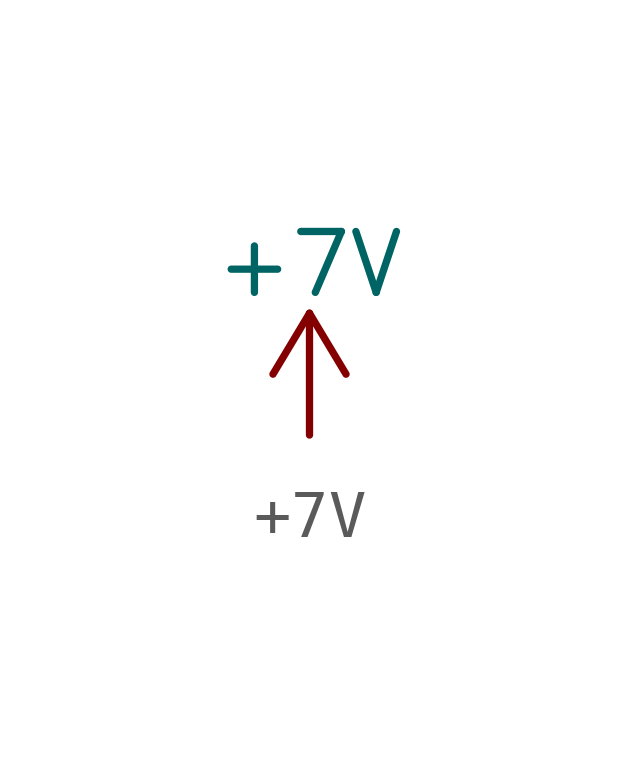
<source format=kicad_sym>
(kicad_symbol_lib
  (version 20220914)
  (generator kicad_symbol_editor)
  (symbol "+7V"
    (power)
    (pin_names
      (offset 0))
    (property "Reference" "#PWR"
      (at 0 -3.81 0)
      (effects (font (size 1.27 1.27)) hide))
    (property "Value" "+7V"
      (at 0 3.556 0)
      (effects (font (size 1.27 1.27))))
    (symbol "+7V_0_1"
      (polyline (pts (xy -0.762 1.27) (xy 0 2.54)) (stroke (width 0) (type default)) (fill (type none)))
      (polyline (pts (xy 0 0) (xy 0 2.54)) (stroke (width 0) (type default)) (fill (type none)))
      (polyline (pts (xy 0 2.54) (xy 0.762 1.27)) (stroke (width 0) (type default)) (fill (type none))))
    (symbol "+7V_1_1"
      (pin power_in line (at 0 0 90) (length 0) hide (name "+6V" (effects (font (size 1.27 1.27)))) (number "1" (effects (font (size 1.27 1.27))))))))
</source>
